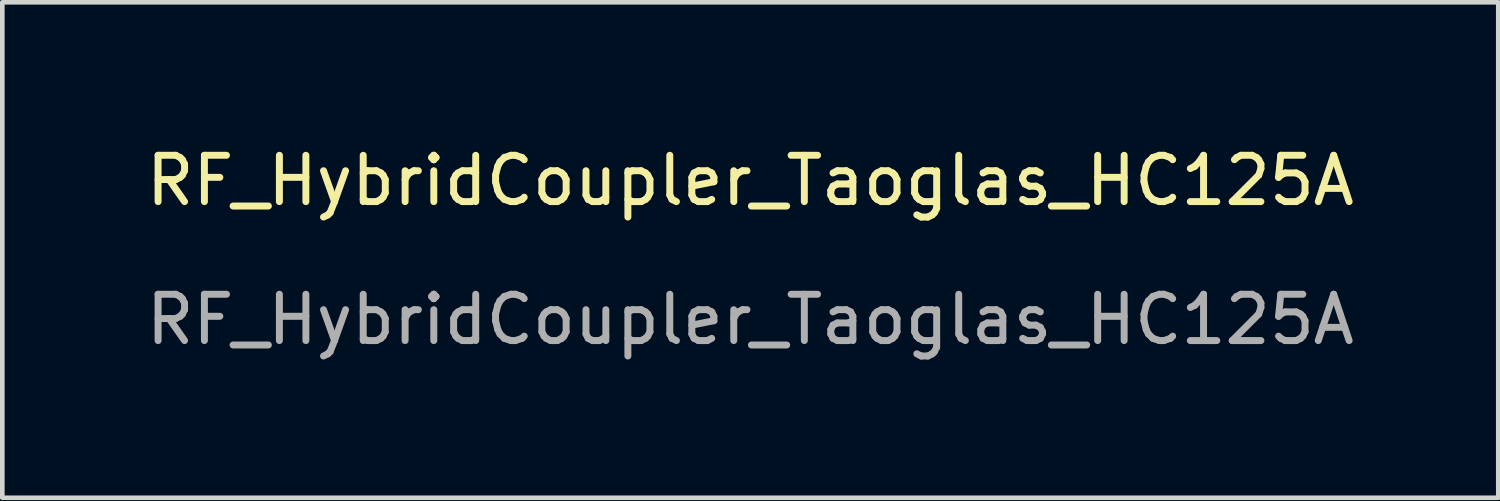
<source format=kicad_pcb>
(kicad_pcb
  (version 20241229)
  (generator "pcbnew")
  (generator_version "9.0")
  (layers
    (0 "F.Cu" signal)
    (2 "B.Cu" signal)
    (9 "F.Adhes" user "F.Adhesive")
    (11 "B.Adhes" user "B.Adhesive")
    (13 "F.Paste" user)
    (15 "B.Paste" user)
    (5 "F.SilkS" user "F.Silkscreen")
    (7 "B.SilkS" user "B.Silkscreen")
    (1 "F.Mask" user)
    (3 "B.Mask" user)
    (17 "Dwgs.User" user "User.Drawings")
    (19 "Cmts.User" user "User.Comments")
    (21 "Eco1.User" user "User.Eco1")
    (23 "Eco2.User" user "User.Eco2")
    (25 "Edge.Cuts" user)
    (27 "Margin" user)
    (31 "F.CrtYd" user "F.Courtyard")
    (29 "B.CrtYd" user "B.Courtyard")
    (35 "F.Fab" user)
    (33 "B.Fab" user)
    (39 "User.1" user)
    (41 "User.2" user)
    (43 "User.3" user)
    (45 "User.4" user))
  (footprint "RF_HybridCoupler_Taoglas_HC125A"
    (layer "F.Cu")
    (at 13.149 1.348)
    (property "Reference" "RF_HybridCoupler_Taoglas_HC125A" (at 0 -0.5 0) (unlocked yes) (layer "F.SilkS") (effects (font (size 1 1) (thickness 0.15))))
    (attr smd)
    (fp_text user "${REFERENCE}" (at 0 2.5 0) (unlocked yes) (layer "F.Fab") (effects (font (size 1 1) (thickness 0.15)))))
  (gr_rect
    (start -3 -3)
    (end 29.298 7.697)
    (stroke (width 0.1) (type default))
    (fill no)
    (layer "Edge.Cuts")))
</source>
